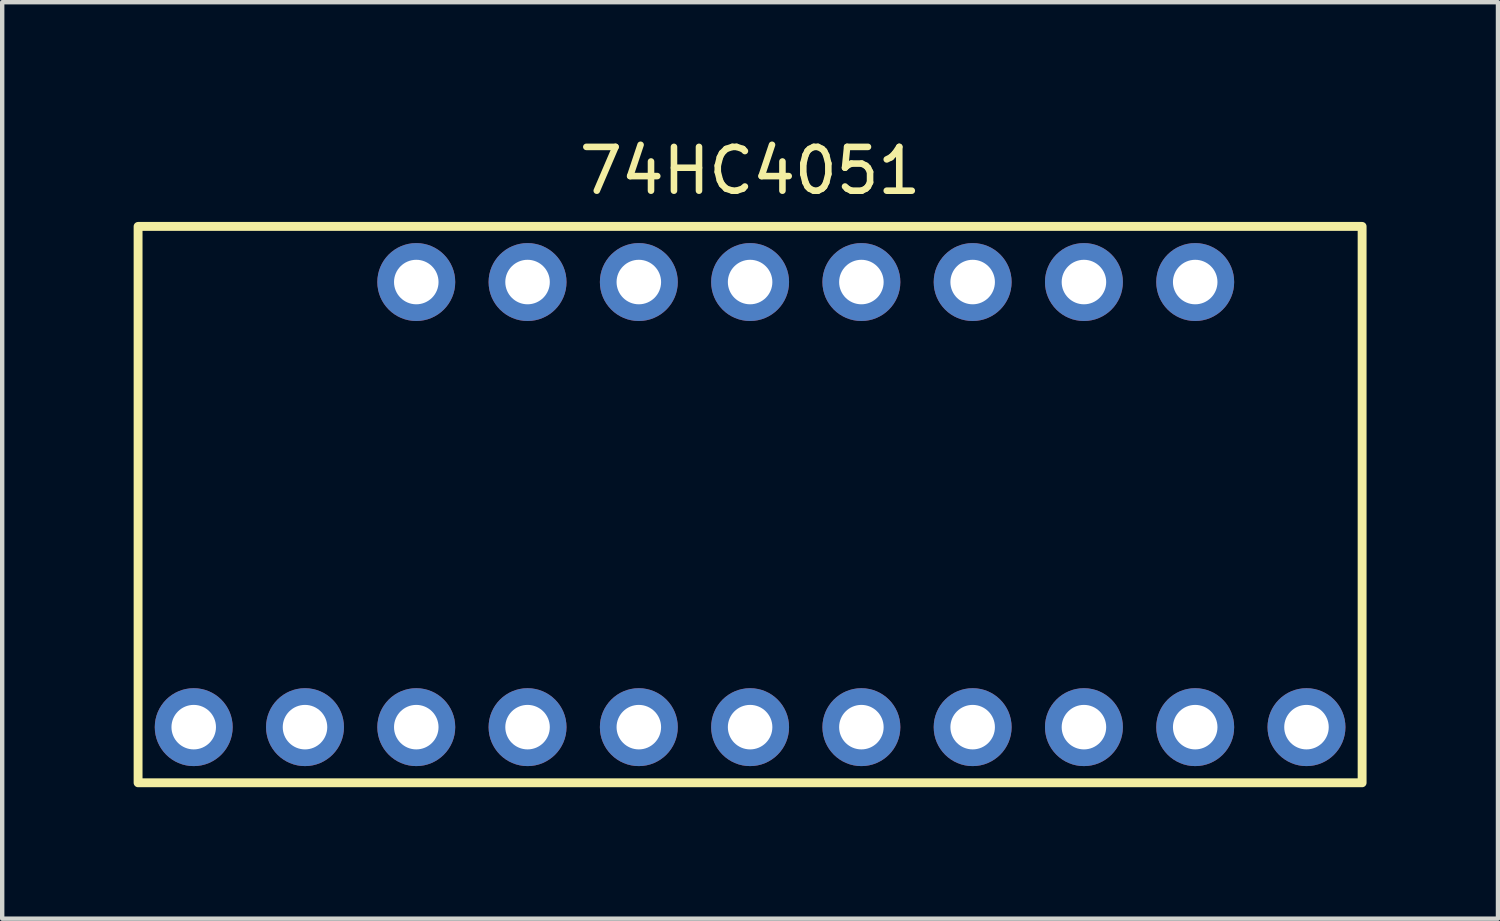
<source format=kicad_pcb>
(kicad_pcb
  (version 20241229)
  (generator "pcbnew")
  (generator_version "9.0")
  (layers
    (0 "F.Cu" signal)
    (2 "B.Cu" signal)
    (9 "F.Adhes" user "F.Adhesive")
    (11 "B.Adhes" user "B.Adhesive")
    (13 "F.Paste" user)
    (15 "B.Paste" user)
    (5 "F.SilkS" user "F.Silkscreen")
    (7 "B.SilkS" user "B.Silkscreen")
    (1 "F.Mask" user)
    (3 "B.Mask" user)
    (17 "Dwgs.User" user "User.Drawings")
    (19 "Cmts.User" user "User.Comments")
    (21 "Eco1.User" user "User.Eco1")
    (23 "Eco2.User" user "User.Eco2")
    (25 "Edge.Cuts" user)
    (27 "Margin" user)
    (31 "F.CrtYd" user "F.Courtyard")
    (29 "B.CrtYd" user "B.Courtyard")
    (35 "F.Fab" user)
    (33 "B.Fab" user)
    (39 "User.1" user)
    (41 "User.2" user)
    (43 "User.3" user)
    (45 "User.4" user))
  (footprint "74HC4051"
    (layer "F.Cu")
    (at 14.072 8.468)
    (property "Reference" "74HC4051" (at 0 -7.62 0) (unlocked yes) (layer "F.SilkS") (effects (font (size 1 1) (thickness 0.15))))
    (attr through_hole)
    (fp_rect (start -13.97 -6.35) (end 13.97 6.35) (stroke (width 0.203) (type solid)) (fill no) (layer "F.SilkS"))
    (pad "1" thru_hole circle (at -12.7 5.08) (size 1.778 1.778) (drill 1.016) (layers "*.Cu" "*.Mask"))
    (pad "2" thru_hole circle (at -10.16 5.08) (size 1.778 1.778) (drill 1.016) (layers "*.Cu" "*.Mask"))
    (pad "3" thru_hole circle (at -7.62 5.08) (size 1.778 1.778) (drill 1.016) (layers "*.Cu" "*.Mask"))
    (pad "4" thru_hole circle (at -5.08 5.08) (size 1.778 1.778) (drill 1.016) (layers "*.Cu" "*.Mask"))
    (pad "5" thru_hole circle (at -2.54 5.08) (size 1.778 1.778) (drill 1.016) (layers "*.Cu" "*.Mask"))
    (pad "6" thru_hole circle (at 0 5.08) (size 1.778 1.778) (drill 1.016) (layers "*.Cu" "*.Mask"))
    (pad "7" thru_hole circle (at 2.54 5.08) (size 1.778 1.778) (drill 1.016) (layers "*.Cu" "*.Mask"))
    (pad "8" thru_hole circle (at 5.08 5.08) (size 1.778 1.778) (drill 1.016) (layers "*.Cu" "*.Mask"))
    (pad "9" thru_hole circle (at 7.62 5.08) (size 1.778 1.778) (drill 1.016) (layers "*.Cu" "*.Mask"))
    (pad "10" thru_hole circle (at 10.16 5.08) (size 1.778 1.778) (drill 1.016) (layers "*.Cu" "*.Mask"))
    (pad "11" thru_hole circle (at 12.7 5.08) (size 1.778 1.778) (drill 1.016) (layers "*.Cu" "*.Mask"))
    (pad "12" thru_hole circle (at 10.16 -5.08) (size 1.778 1.778) (drill 1.016) (layers "*.Cu" "*.Mask"))
    (pad "13" thru_hole circle (at 7.62 -5.08) (size 1.778 1.778) (drill 1.016) (layers "*.Cu" "*.Mask"))
    (pad "14" thru_hole circle (at 5.08 -5.08) (size 1.778 1.778) (drill 1.016) (layers "*.Cu" "*.Mask"))
    (pad "15" thru_hole circle (at 2.54 -5.08) (size 1.778 1.778) (drill 1.016) (layers "*.Cu" "*.Mask"))
    (pad "16" thru_hole circle (at 0 -5.08) (size 1.778 1.778) (drill 1.016) (layers "*.Cu" "*.Mask"))
    (pad "17" thru_hole circle (at -2.54 -5.08) (size 1.778 1.778) (drill 1.016) (layers "*.Cu" "*.Mask"))
    (pad "18" thru_hole circle (at -5.08 -5.08) (size 1.778 1.778) (drill 1.016) (layers "*.Cu" "*.Mask"))
    (pad "19" thru_hole circle (at -7.62 -5.08) (size 1.778 1.778) (drill 1.016) (layers "*.Cu" "*.Mask")))
  (gr_rect
    (start -3 -3)
    (end 31.143 17.92)
    (stroke (width 0.1) (type default))
    (fill no)
    (layer "Edge.Cuts")))
</source>
